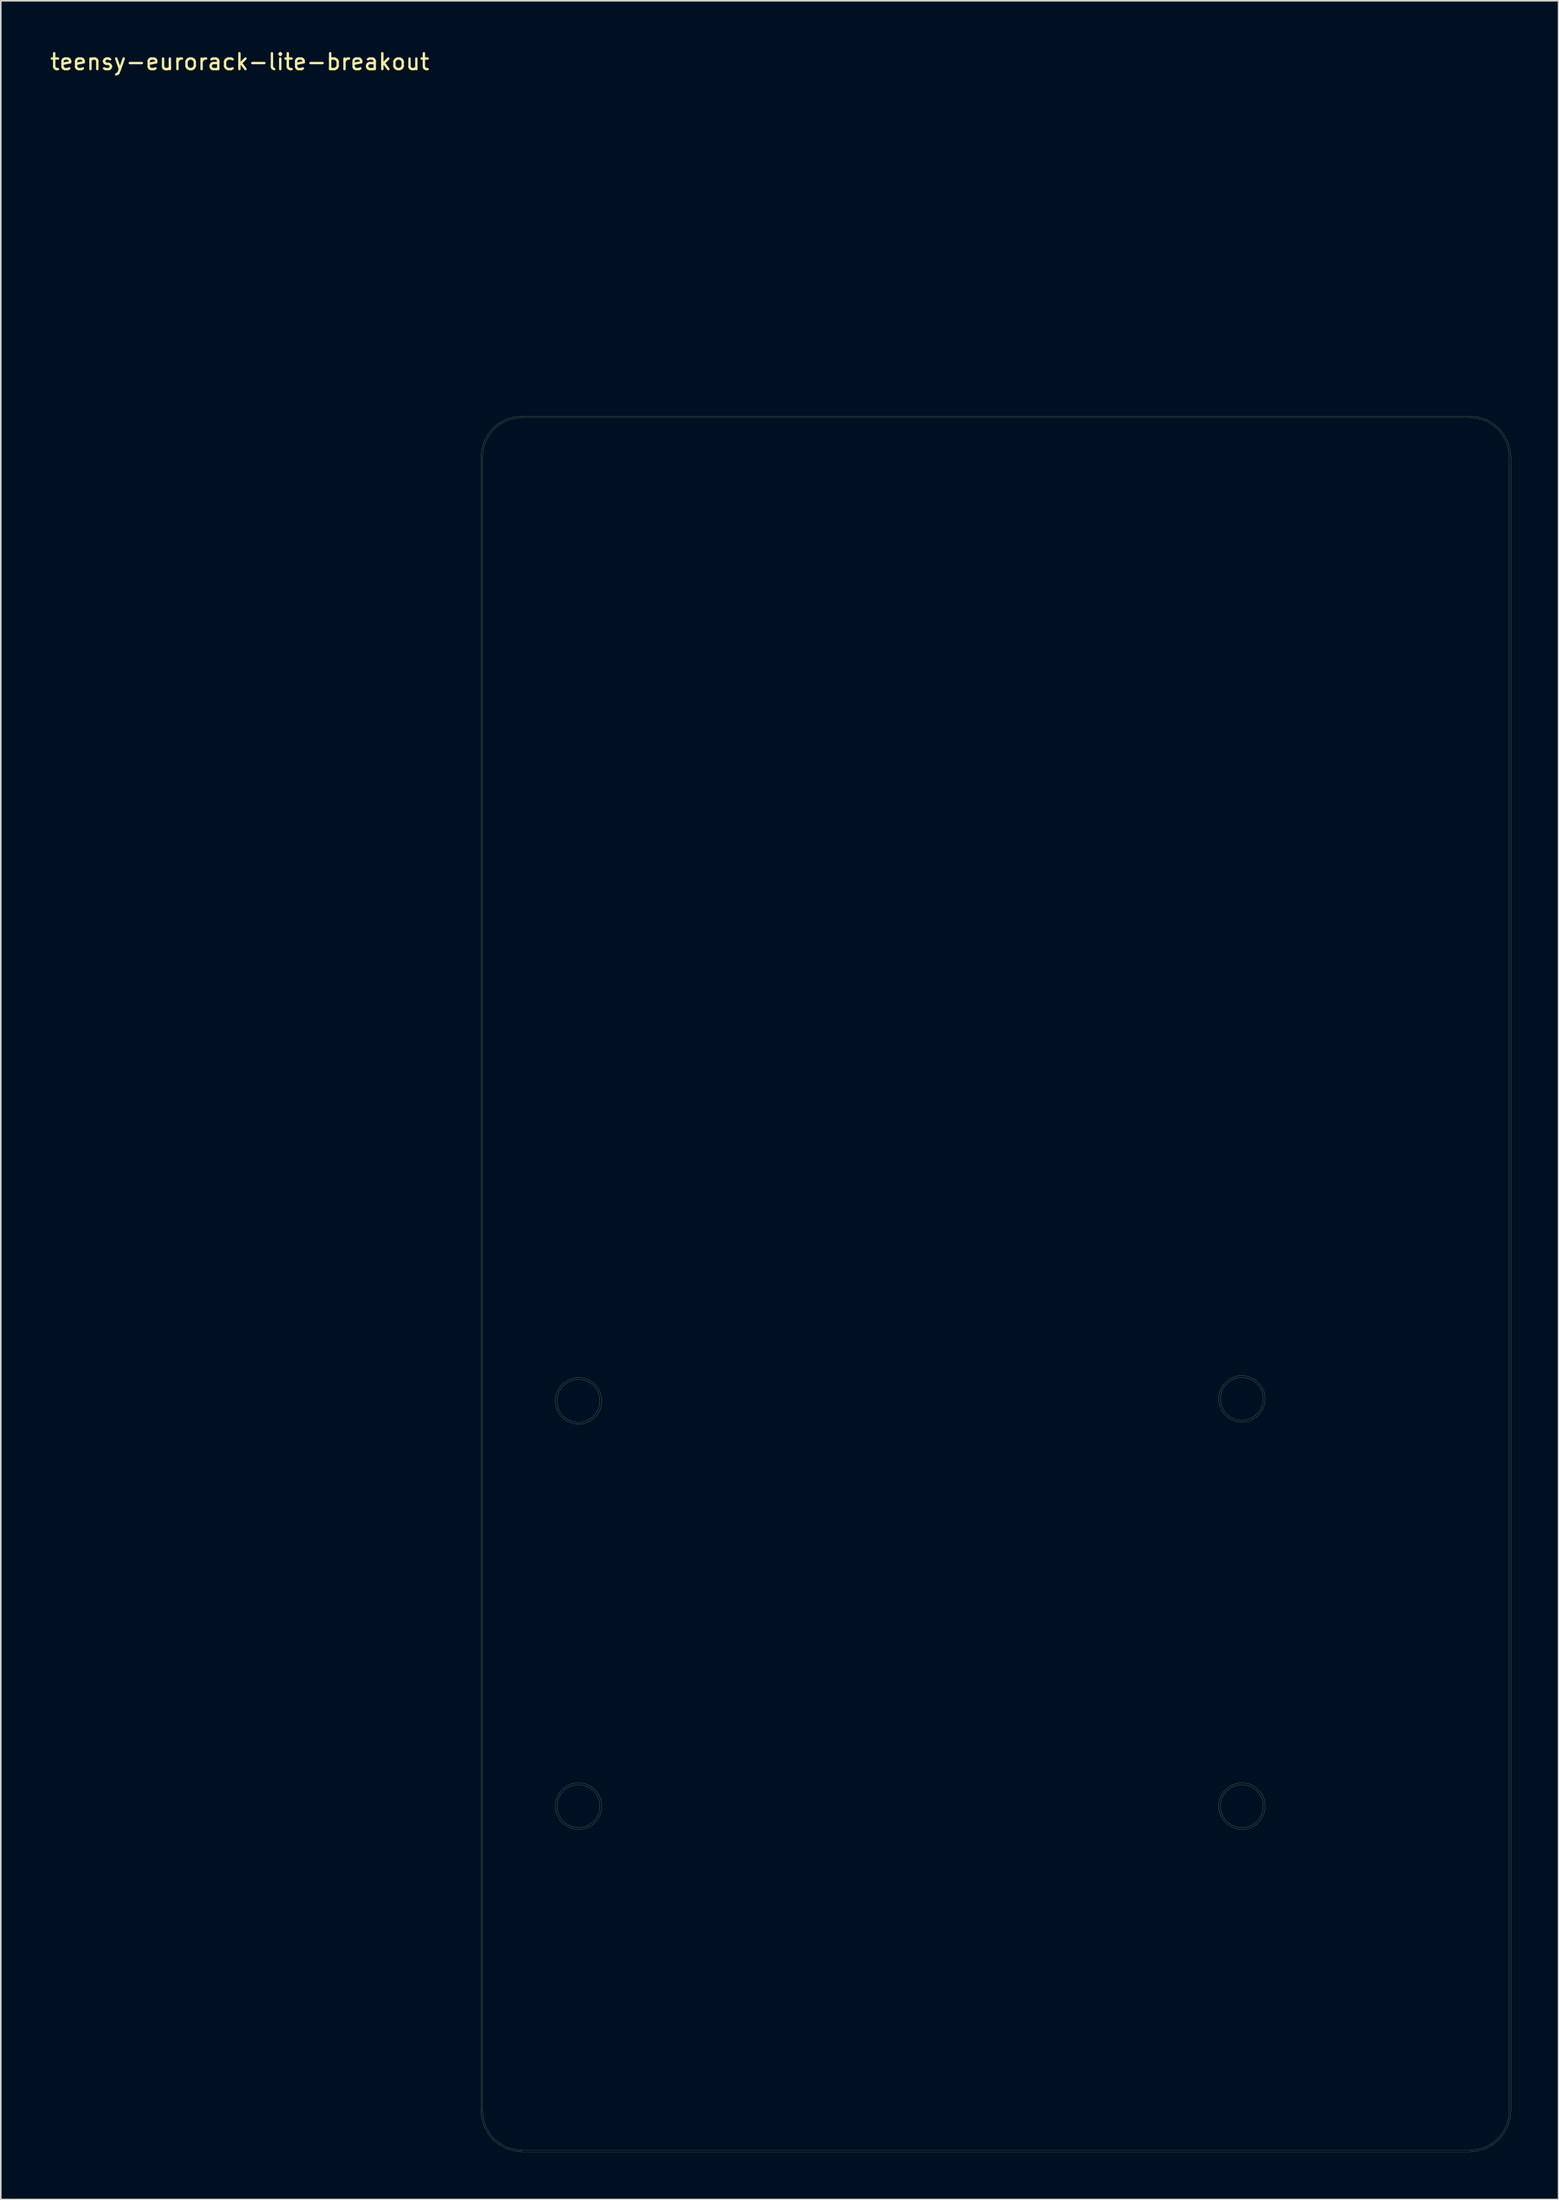
<source format=kicad_pcb>
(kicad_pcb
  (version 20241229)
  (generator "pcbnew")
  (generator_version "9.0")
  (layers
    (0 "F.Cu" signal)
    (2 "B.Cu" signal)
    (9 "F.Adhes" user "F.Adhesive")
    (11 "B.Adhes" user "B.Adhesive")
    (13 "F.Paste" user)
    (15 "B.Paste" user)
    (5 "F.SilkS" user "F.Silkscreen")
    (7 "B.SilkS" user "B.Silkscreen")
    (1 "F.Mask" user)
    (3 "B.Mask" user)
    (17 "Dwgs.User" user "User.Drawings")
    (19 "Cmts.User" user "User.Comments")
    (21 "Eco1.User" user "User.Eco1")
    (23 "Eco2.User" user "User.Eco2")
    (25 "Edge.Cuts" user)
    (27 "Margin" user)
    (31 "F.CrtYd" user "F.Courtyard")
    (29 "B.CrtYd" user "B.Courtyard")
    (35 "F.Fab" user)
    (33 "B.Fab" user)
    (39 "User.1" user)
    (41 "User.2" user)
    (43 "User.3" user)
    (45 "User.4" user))
  (footprint "teensy-eurorack-lite-breakout"
    (layer "F.Cu")
    (at 12.054 0.348)
    (property "Reference" "teensy-eurorack-lite-breakout" (at 0 0.5 0) (layer "F.SilkS") (effects (font (size 1 1) (thickness 0.15))))
    (attr through_hole)
    (fp_line (start 15.19 25.398) (end 15.19 25.395) (stroke (width 0.008) (type solid)) (layer "F.SilkS"))
    (fp_line (start 15.19 129.542) (end 15.19 25.398) (stroke (width 0.008) (type solid)) (layer "F.SilkS"))
    (fp_line (start 15.19 129.543) (end 15.19 129.542) (stroke (width 0.008) (type solid)) (layer "F.SilkS"))
    (fp_line (start 15.19 129.558) (end 15.19 129.543) (stroke (width 0.008) (type solid)) (layer "F.SilkS"))
    (fp_line (start 15.19 25.395) (end 15.19 25.395) (stroke (width 0.008) (type solid)) (layer "F.SilkS"))
    (fp_line (start 15.19 25.395) (end 15.239 24.902) (stroke (width 0.008) (type solid)) (layer "F.SilkS"))
    (fp_line (start 15.19 129.56) (end 15.19 129.558) (stroke (width 0.008) (type solid)) (layer "F.SilkS"))
    (fp_line (start 15.19 129.562) (end 15.19 129.56) (stroke (width 0.008) (type solid)) (layer "F.SilkS"))
    (fp_line (start 15.19 129.563) (end 15.19 129.562) (stroke (width 0.008) (type solid)) (layer "F.SilkS"))
    (fp_line (start 15.239 24.902) (end 15.239 24.902) (stroke (width 0.008) (type solid)) (layer "F.SilkS"))
    (fp_line (start 15.239 24.902) (end 15.239 24.902) (stroke (width 0.008) (type solid)) (layer "F.SilkS"))
    (fp_line (start 15.239 24.902) (end 15.239 24.901) (stroke (width 0.008) (type solid)) (layer "F.SilkS"))
    (fp_line (start 15.239 24.901) (end 15.24 24.897) (stroke (width 0.008) (type solid)) (layer "F.SilkS"))
    (fp_line (start 15.24 24.897) (end 15.241 24.892) (stroke (width 0.008) (type solid)) (layer "F.SilkS"))
    (fp_line (start 15.241 24.892) (end 15.384 24.418) (stroke (width 0.008) (type solid)) (layer "F.SilkS"))
    (fp_line (start 15.242 130.056) (end 15.19 129.563) (stroke (width 0.008) (type solid)) (layer "F.SilkS"))
    (fp_line (start 15.243 130.06) (end 15.242 130.056) (stroke (width 0.008) (type solid)) (layer "F.SilkS"))
    (fp_line (start 15.244 130.065) (end 15.243 130.06) (stroke (width 0.008) (type solid)) (layer "F.SilkS"))
    (fp_line (start 15.244 130.066) (end 15.244 130.065) (stroke (width 0.008) (type solid)) (layer "F.SilkS"))
    (fp_line (start 15.29 25.402) (end 15.29 129.54) (stroke (width 0.008) (type solid)) (layer "F.SilkS"))
    (fp_line (start 15.29 129.54) (end 15.29 129.555) (stroke (width 0.008) (type solid)) (layer "F.SilkS"))
    (fp_line (start 15.29 129.555) (end 15.341 130.041) (stroke (width 0.008) (type solid)) (layer "F.SilkS"))
    (fp_line (start 15.338 24.916) (end 15.29 25.402) (stroke (width 0.008) (type solid)) (layer "F.SilkS"))
    (fp_line (start 15.341 130.041) (end 15.485 130.505) (stroke (width 0.008) (type solid)) (layer "F.SilkS"))
    (fp_line (start 15.384 24.418) (end 15.384 24.417) (stroke (width 0.008) (type solid)) (layer "F.SilkS"))
    (fp_line (start 15.384 24.417) (end 15.386 24.413) (stroke (width 0.008) (type solid)) (layer "F.SilkS"))
    (fp_line (start 15.386 24.413) (end 15.387 24.409) (stroke (width 0.008) (type solid)) (layer "F.SilkS"))
    (fp_line (start 15.387 24.409) (end 15.62 23.971) (stroke (width 0.008) (type solid)) (layer "F.SilkS"))
    (fp_line (start 15.391 130.539) (end 15.244 130.066) (stroke (width 0.008) (type solid)) (layer "F.SilkS"))
    (fp_line (start 15.393 130.543) (end 15.391 130.539) (stroke (width 0.008) (type solid)) (layer "F.SilkS"))
    (fp_line (start 15.394 130.547) (end 15.393 130.543) (stroke (width 0.008) (type solid)) (layer "F.SilkS"))
    (fp_line (start 15.395 130.548) (end 15.394 130.547) (stroke (width 0.008) (type solid)) (layer "F.SilkS"))
    (fp_line (start 15.395 130.548) (end 15.395 130.548) (stroke (width 0.008) (type solid)) (layer "F.SilkS"))
    (fp_line (start 15.395 130.548) (end 15.395 130.548) (stroke (width 0.008) (type solid)) (layer "F.SilkS"))
    (fp_line (start 15.478 24.451) (end 15.338 24.916) (stroke (width 0.008) (type solid)) (layer "F.SilkS"))
    (fp_line (start 15.485 130.505) (end 15.716 130.932) (stroke (width 0.008) (type solid)) (layer "F.SilkS"))
    (fp_line (start 15.62 23.971) (end 15.62 23.971) (stroke (width 0.008) (type solid)) (layer "F.SilkS"))
    (fp_line (start 15.62 23.971) (end 15.62 23.971) (stroke (width 0.008) (type solid)) (layer "F.SilkS"))
    (fp_line (start 15.62 23.971) (end 15.621 23.97) (stroke (width 0.008) (type solid)) (layer "F.SilkS"))
    (fp_line (start 15.621 23.97) (end 15.623 23.967) (stroke (width 0.008) (type solid)) (layer "F.SilkS"))
    (fp_line (start 15.623 23.967) (end 15.626 23.963) (stroke (width 0.008) (type solid)) (layer "F.SilkS"))
    (fp_line (start 15.626 23.963) (end 15.939 23.579) (stroke (width 0.008) (type solid)) (layer "F.SilkS"))
    (fp_line (start 15.63 130.984) (end 15.395 130.548) (stroke (width 0.008) (type solid)) (layer "F.SilkS"))
    (fp_line (start 15.633 130.988) (end 15.63 130.984) (stroke (width 0.008) (type solid)) (layer "F.SilkS"))
    (fp_line (start 15.635 130.992) (end 15.633 130.988) (stroke (width 0.008) (type solid)) (layer "F.SilkS"))
    (fp_line (start 15.636 130.992) (end 15.635 130.992) (stroke (width 0.008) (type solid)) (layer "F.SilkS"))
    (fp_line (start 15.636 130.992) (end 15.636 130.992) (stroke (width 0.008) (type solid)) (layer "F.SilkS"))
    (fp_line (start 15.636 130.992) (end 15.636 130.992) (stroke (width 0.008) (type solid)) (layer "F.SilkS"))
    (fp_line (start 15.706 24.022) (end 15.478 24.451) (stroke (width 0.008) (type solid)) (layer "F.SilkS"))
    (fp_line (start 15.716 130.932) (end 16.026 131.307) (stroke (width 0.008) (type solid)) (layer "F.SilkS"))
    (fp_line (start 15.939 23.579) (end 15.939 23.579) (stroke (width 0.008) (type solid)) (layer "F.SilkS"))
    (fp_line (start 15.939 23.579) (end 15.939 23.579) (stroke (width 0.008) (type solid)) (layer "F.SilkS"))
    (fp_line (start 15.939 23.579) (end 15.939 23.578) (stroke (width 0.008) (type solid)) (layer "F.SilkS"))
    (fp_line (start 15.939 23.578) (end 15.943 23.575) (stroke (width 0.008) (type solid)) (layer "F.SilkS"))
    (fp_line (start 15.943 23.575) (end 15.946 23.572) (stroke (width 0.008) (type solid)) (layer "F.SilkS"))
    (fp_line (start 15.946 23.572) (end 16.328 23.256) (stroke (width 0.008) (type solid)) (layer "F.SilkS"))
    (fp_line (start 15.952 131.374) (end 15.636 130.992) (stroke (width 0.008) (type solid)) (layer "F.SilkS"))
    (fp_line (start 15.955 131.377) (end 15.952 131.374) (stroke (width 0.008) (type solid)) (layer "F.SilkS"))
    (fp_line (start 15.958 131.381) (end 15.955 131.377) (stroke (width 0.008) (type solid)) (layer "F.SilkS"))
    (fp_line (start 15.959 131.381) (end 15.958 131.381) (stroke (width 0.008) (type solid)) (layer "F.SilkS"))
    (fp_line (start 15.959 131.381) (end 15.959 131.381) (stroke (width 0.008) (type solid)) (layer "F.SilkS"))
    (fp_line (start 15.959 131.381) (end 15.959 131.381) (stroke (width 0.008) (type solid)) (layer "F.SilkS"))
    (fp_line (start 16.013 23.646) (end 15.706 24.022) (stroke (width 0.008) (type solid)) (layer "F.SilkS"))
    (fp_line (start 16.026 131.307) (end 16.402 131.614) (stroke (width 0.008) (type solid)) (layer "F.SilkS"))
    (fp_line (start 16.328 23.256) (end 16.328 23.256) (stroke (width 0.008) (type solid)) (layer "F.SilkS"))
    (fp_line (start 16.328 23.256) (end 16.328 23.256) (stroke (width 0.008) (type solid)) (layer "F.SilkS"))
    (fp_line (start 16.328 23.256) (end 16.328 23.255) (stroke (width 0.008) (type solid)) (layer "F.SilkS"))
    (fp_line (start 16.328 23.255) (end 16.332 23.253) (stroke (width 0.008) (type solid)) (layer "F.SilkS"))
    (fp_line (start 16.332 23.253) (end 16.336 23.25) (stroke (width 0.008) (type solid)) (layer "F.SilkS"))
    (fp_line (start 16.336 23.25) (end 16.772 23.015) (stroke (width 0.008) (type solid)) (layer "F.SilkS"))
    (fp_line (start 16.343 131.694) (end 15.959 131.381) (stroke (width 0.008) (type solid)) (layer "F.SilkS"))
    (fp_line (start 16.346 131.697) (end 16.343 131.694) (stroke (width 0.008) (type solid)) (layer "F.SilkS"))
    (fp_line (start 16.35 131.699) (end 16.346 131.697) (stroke (width 0.008) (type solid)) (layer "F.SilkS"))
    (fp_line (start 16.351 131.7) (end 16.35 131.699) (stroke (width 0.008) (type solid)) (layer "F.SilkS"))
    (fp_line (start 16.351 131.7) (end 16.351 131.7) (stroke (width 0.008) (type solid)) (layer "F.SilkS"))
    (fp_line (start 16.388 23.336) (end 16.013 23.646) (stroke (width 0.008) (type solid)) (layer "F.SilkS"))
    (fp_line (start 16.402 131.614) (end 16.831 131.842) (stroke (width 0.008) (type solid)) (layer "F.SilkS"))
    (fp_line (start 16.772 23.015) (end 16.772 23.015) (stroke (width 0.008) (type solid)) (layer "F.SilkS"))
    (fp_line (start 16.772 23.015) (end 16.772 23.015) (stroke (width 0.008) (type solid)) (layer "F.SilkS"))
    (fp_line (start 16.772 23.015) (end 16.773 23.014) (stroke (width 0.008) (type solid)) (layer "F.SilkS"))
    (fp_line (start 16.773 23.014) (end 16.777 23.012) (stroke (width 0.008) (type solid)) (layer "F.SilkS"))
    (fp_line (start 16.777 23.012) (end 16.781 23.011) (stroke (width 0.008) (type solid)) (layer "F.SilkS"))
    (fp_line (start 16.781 23.011) (end 17.255 22.864) (stroke (width 0.008) (type solid)) (layer "F.SilkS"))
    (fp_line (start 16.789 131.932) (end 16.351 131.7) (stroke (width 0.008) (type solid)) (layer "F.SilkS"))
    (fp_line (start 16.793 131.934) (end 16.789 131.932) (stroke (width 0.008) (type solid)) (layer "F.SilkS"))
    (fp_line (start 16.797 131.936) (end 16.793 131.934) (stroke (width 0.008) (type solid)) (layer "F.SilkS"))
    (fp_line (start 16.798 131.936) (end 16.797 131.936) (stroke (width 0.008) (type solid)) (layer "F.SilkS"))
    (fp_line (start 16.815 23.105) (end 16.388 23.336) (stroke (width 0.008) (type solid)) (layer "F.SilkS"))
    (fp_line (start 16.831 131.842) (end 17.296 131.982) (stroke (width 0.008) (type solid)) (layer "F.SilkS"))
    (fp_line (start 17.255 22.864) (end 17.255 22.864) (stroke (width 0.008) (type solid)) (layer "F.SilkS"))
    (fp_line (start 17.255 22.864) (end 17.255 22.864) (stroke (width 0.008) (type solid)) (layer "F.SilkS"))
    (fp_line (start 17.255 22.864) (end 17.26 22.863) (stroke (width 0.008) (type solid)) (layer "F.SilkS"))
    (fp_line (start 17.26 22.863) (end 17.264 22.862) (stroke (width 0.008) (type solid)) (layer "F.SilkS"))
    (fp_line (start 17.264 22.862) (end 17.757 22.81) (stroke (width 0.008) (type solid)) (layer "F.SilkS"))
    (fp_line (start 17.272 132.079) (end 16.798 131.936) (stroke (width 0.008) (type solid)) (layer "F.SilkS"))
    (fp_line (start 17.277 132.08) (end 17.272 132.079) (stroke (width 0.008) (type solid)) (layer "F.SilkS"))
    (fp_line (start 17.279 22.961) (end 16.815 23.105) (stroke (width 0.008) (type solid)) (layer "F.SilkS"))
    (fp_line (start 17.281 132.081) (end 17.277 132.08) (stroke (width 0.008) (type solid)) (layer "F.SilkS"))
    (fp_line (start 17.282 132.081) (end 17.281 132.081) (stroke (width 0.008) (type solid)) (layer "F.SilkS"))
    (fp_line (start 17.282 132.081) (end 17.282 132.081) (stroke (width 0.008) (type solid)) (layer "F.SilkS"))
    (fp_line (start 17.282 132.081) (end 17.282 132.081) (stroke (width 0.008) (type solid)) (layer "F.SilkS"))
    (fp_line (start 17.296 131.982) (end 17.782 132.03) (stroke (width 0.008) (type solid)) (layer "F.SilkS"))
    (fp_line (start 17.757 22.81) (end 17.758 22.81) (stroke (width 0.008) (type solid)) (layer "F.SilkS"))
    (fp_line (start 17.758 22.81) (end 17.76 22.81) (stroke (width 0.008) (type solid)) (layer "F.SilkS"))
    (fp_line (start 17.76 22.81) (end 17.762 22.81) (stroke (width 0.008) (type solid)) (layer "F.SilkS"))
    (fp_line (start 17.762 22.81) (end 17.777 22.81) (stroke (width 0.008) (type solid)) (layer "F.SilkS"))
    (fp_line (start 17.765 22.91) (end 17.279 22.961) (stroke (width 0.008) (type solid)) (layer "F.SilkS"))
    (fp_line (start 17.775 132.13) (end 17.282 132.081) (stroke (width 0.008) (type solid)) (layer "F.SilkS"))
    (fp_line (start 17.775 132.13) (end 17.775 132.13) (stroke (width 0.008) (type solid)) (layer "F.SilkS"))
    (fp_line (start 17.777 22.81) (end 17.778 22.81) (stroke (width 0.008) (type solid)) (layer "F.SilkS"))
    (fp_line (start 17.778 22.81) (end 77.472 22.81) (stroke (width 0.008) (type solid)) (layer "F.SilkS"))
    (fp_line (start 17.778 132.13) (end 17.775 132.13) (stroke (width 0.008) (type solid)) (layer "F.SilkS"))
    (fp_line (start 17.78 22.91) (end 17.765 22.91) (stroke (width 0.008) (type solid)) (layer "F.SilkS"))
    (fp_line (start 17.782 132.03) (end 77.47 132.03) (stroke (width 0.008) (type solid)) (layer "F.SilkS"))
    (fp_line (start 19.87 84.692) (end 19.926 84.409) (stroke (width 0.008) (type solid)) (layer "F.SilkS"))
    (fp_line (start 19.87 84.98) (end 19.87 84.692) (stroke (width 0.008) (type solid)) (layer "F.SilkS"))
    (fp_line (start 19.87 110.219) (end 19.926 109.936) (stroke (width 0.008) (type solid)) (layer "F.SilkS"))
    (fp_line (start 19.87 110.507) (end 19.87 110.219) (stroke (width 0.008) (type solid)) (layer "F.SilkS"))
    (fp_line (start 19.926 84.409) (end 20.037 84.143) (stroke (width 0.008) (type solid)) (layer "F.SilkS"))
    (fp_line (start 19.926 85.263) (end 19.87 84.98) (stroke (width 0.008) (type solid)) (layer "F.SilkS"))
    (fp_line (start 19.926 109.936) (end 20.037 109.67) (stroke (width 0.008) (type solid)) (layer "F.SilkS"))
    (fp_line (start 19.926 110.79) (end 19.87 110.507) (stroke (width 0.008) (type solid)) (layer "F.SilkS"))
    (fp_line (start 19.989 84.704) (end 19.989 84.968) (stroke (width 0.008) (type solid)) (layer "F.SilkS"))
    (fp_line (start 19.989 84.968) (end 20.041 85.228) (stroke (width 0.008) (type solid)) (layer "F.SilkS"))
    (fp_line (start 19.989 110.231) (end 19.989 110.495) (stroke (width 0.008) (type solid)) (layer "F.SilkS"))
    (fp_line (start 19.989 110.495) (end 20.041 110.755) (stroke (width 0.008) (type solid)) (layer "F.SilkS"))
    (fp_line (start 20.037 84.143) (end 20.197 83.903) (stroke (width 0.008) (type solid)) (layer "F.SilkS"))
    (fp_line (start 20.037 85.529) (end 19.926 85.263) (stroke (width 0.008) (type solid)) (layer "F.SilkS"))
    (fp_line (start 20.037 109.67) (end 20.197 109.43) (stroke (width 0.008) (type solid)) (layer "F.SilkS"))
    (fp_line (start 20.037 111.056) (end 19.926 110.79) (stroke (width 0.008) (type solid)) (layer "F.SilkS"))
    (fp_line (start 20.041 84.444) (end 19.989 84.704) (stroke (width 0.008) (type solid)) (layer "F.SilkS"))
    (fp_line (start 20.041 85.228) (end 20.142 85.472) (stroke (width 0.008) (type solid)) (layer "F.SilkS"))
    (fp_line (start 20.041 109.971) (end 19.989 110.231) (stroke (width 0.008) (type solid)) (layer "F.SilkS"))
    (fp_line (start 20.041 110.755) (end 20.142 110.999) (stroke (width 0.008) (type solid)) (layer "F.SilkS"))
    (fp_line (start 20.142 84.2) (end 20.041 84.444) (stroke (width 0.008) (type solid)) (layer "F.SilkS"))
    (fp_line (start 20.142 85.472) (end 20.289 85.692) (stroke (width 0.008) (type solid)) (layer "F.SilkS"))
    (fp_line (start 20.142 109.727) (end 20.041 109.971) (stroke (width 0.008) (type solid)) (layer "F.SilkS"))
    (fp_line (start 20.142 110.999) (end 20.289 111.219) (stroke (width 0.008) (type solid)) (layer "F.SilkS"))
    (fp_line (start 20.197 83.903) (end 20.4 83.7) (stroke (width 0.008) (type solid)) (layer "F.SilkS"))
    (fp_line (start 20.197 85.769) (end 20.037 85.529) (stroke (width 0.008) (type solid)) (layer "F.SilkS"))
    (fp_line (start 20.197 109.43) (end 20.4 109.227) (stroke (width 0.008) (type solid)) (layer "F.SilkS"))
    (fp_line (start 20.197 111.296) (end 20.037 111.056) (stroke (width 0.008) (type solid)) (layer "F.SilkS"))
    (fp_line (start 20.289 83.98) (end 20.142 84.2) (stroke (width 0.008) (type solid)) (layer "F.SilkS"))
    (fp_line (start 20.289 85.692) (end 20.477 85.88) (stroke (width 0.008) (type solid)) (layer "F.SilkS"))
    (fp_line (start 20.289 109.507) (end 20.142 109.727) (stroke (width 0.008) (type solid)) (layer "F.SilkS"))
    (fp_line (start 20.289 111.219) (end 20.477 111.407) (stroke (width 0.008) (type solid)) (layer "F.SilkS"))
    (fp_line (start 20.4 83.7) (end 20.64 83.54) (stroke (width 0.008) (type solid)) (layer "F.SilkS"))
    (fp_line (start 20.4 85.972) (end 20.197 85.769) (stroke (width 0.008) (type solid)) (layer "F.SilkS"))
    (fp_line (start 20.4 109.227) (end 20.64 109.067) (stroke (width 0.008) (type solid)) (layer "F.SilkS"))
    (fp_line (start 20.4 111.499) (end 20.197 111.296) (stroke (width 0.008) (type solid)) (layer "F.SilkS"))
    (fp_line (start 20.477 83.792) (end 20.289 83.98) (stroke (width 0.008) (type solid)) (layer "F.SilkS"))
    (fp_line (start 20.477 85.88) (end 20.697 86.027) (stroke (width 0.008) (type solid)) (layer "F.SilkS"))
    (fp_line (start 20.477 109.319) (end 20.289 109.507) (stroke (width 0.008) (type solid)) (layer "F.SilkS"))
    (fp_line (start 20.477 111.407) (end 20.697 111.554) (stroke (width 0.008) (type solid)) (layer "F.SilkS"))
    (fp_line (start 20.64 83.54) (end 20.906 83.429) (stroke (width 0.008) (type solid)) (layer "F.SilkS"))
    (fp_line (start 20.64 86.132) (end 20.4 85.972) (stroke (width 0.008) (type solid)) (layer "F.SilkS"))
    (fp_line (start 20.64 109.067) (end 20.906 108.956) (stroke (width 0.008) (type solid)) (layer "F.SilkS"))
    (fp_line (start 20.64 111.659) (end 20.4 111.499) (stroke (width 0.008) (type solid)) (layer "F.SilkS"))
    (fp_line (start 20.697 83.645) (end 20.477 83.792) (stroke (width 0.008) (type solid)) (layer "F.SilkS"))
    (fp_line (start 20.697 86.027) (end 20.941 86.128) (stroke (width 0.008) (type solid)) (layer "F.SilkS"))
    (fp_line (start 20.697 109.172) (end 20.477 109.319) (stroke (width 0.008) (type solid)) (layer "F.SilkS"))
    (fp_line (start 20.697 111.554) (end 20.941 111.655) (stroke (width 0.008) (type solid)) (layer "F.SilkS"))
    (fp_line (start 20.906 83.429) (end 21.189 83.373) (stroke (width 0.008) (type solid)) (layer "F.SilkS"))
    (fp_line (start 20.906 86.243) (end 20.64 86.132) (stroke (width 0.008) (type solid)) (layer "F.SilkS"))
    (fp_line (start 20.906 108.956) (end 21.189 108.9) (stroke (width 0.008) (type solid)) (layer "F.SilkS"))
    (fp_line (start 20.906 111.77) (end 20.64 111.659) (stroke (width 0.008) (type solid)) (layer "F.SilkS"))
    (fp_line (start 20.941 83.544) (end 20.697 83.645) (stroke (width 0.008) (type solid)) (layer "F.SilkS"))
    (fp_line (start 20.941 86.128) (end 21.201 86.18) (stroke (width 0.008) (type solid)) (layer "F.SilkS"))
    (fp_line (start 20.941 109.071) (end 20.697 109.172) (stroke (width 0.008) (type solid)) (layer "F.SilkS"))
    (fp_line (start 20.941 111.655) (end 21.201 111.706) (stroke (width 0.008) (type solid)) (layer "F.SilkS"))
    (fp_line (start 21.189 83.373) (end 21.477 83.373) (stroke (width 0.008) (type solid)) (layer "F.SilkS"))
    (fp_line (start 21.189 86.299) (end 20.906 86.243) (stroke (width 0.008) (type solid)) (layer "F.SilkS"))
    (fp_line (start 21.189 108.9) (end 21.477 108.9) (stroke (width 0.008) (type solid)) (layer "F.SilkS"))
    (fp_line (start 21.189 111.826) (end 20.906 111.77) (stroke (width 0.008) (type solid)) (layer "F.SilkS"))
    (fp_line (start 21.201 83.493) (end 20.941 83.544) (stroke (width 0.008) (type solid)) (layer "F.SilkS"))
    (fp_line (start 21.201 86.18) (end 21.465 86.18) (stroke (width 0.008) (type solid)) (layer "F.SilkS"))
    (fp_line (start 21.201 109.02) (end 20.941 109.071) (stroke (width 0.008) (type solid)) (layer "F.SilkS"))
    (fp_line (start 21.201 111.706) (end 21.465 111.706) (stroke (width 0.008) (type solid)) (layer "F.SilkS"))
    (fp_line (start 21.465 83.493) (end 21.201 83.493) (stroke (width 0.008) (type solid)) (layer "F.SilkS"))
    (fp_line (start 21.465 86.18) (end 21.725 86.128) (stroke (width 0.008) (type solid)) (layer "F.SilkS"))
    (fp_line (start 21.465 109.02) (end 21.201 109.02) (stroke (width 0.008) (type solid)) (layer "F.SilkS"))
    (fp_line (start 21.465 111.706) (end 21.725 111.655) (stroke (width 0.008) (type solid)) (layer "F.SilkS"))
    (fp_line (start 21.477 83.373) (end 21.76 83.429) (stroke (width 0.008) (type solid)) (layer "F.SilkS"))
    (fp_line (start 21.477 86.299) (end 21.189 86.299) (stroke (width 0.008) (type solid)) (layer "F.SilkS"))
    (fp_line (start 21.477 108.9) (end 21.76 108.956) (stroke (width 0.008) (type solid)) (layer "F.SilkS"))
    (fp_line (start 21.477 111.826) (end 21.189 111.826) (stroke (width 0.008) (type solid)) (layer "F.SilkS"))
    (fp_line (start 21.725 83.544) (end 21.465 83.493) (stroke (width 0.008) (type solid)) (layer "F.SilkS"))
    (fp_line (start 21.725 86.128) (end 21.969 86.027) (stroke (width 0.008) (type solid)) (layer "F.SilkS"))
    (fp_line (start 21.725 109.071) (end 21.465 109.02) (stroke (width 0.008) (type solid)) (layer "F.SilkS"))
    (fp_line (start 21.725 111.655) (end 21.969 111.554) (stroke (width 0.008) (type solid)) (layer "F.SilkS"))
    (fp_line (start 21.76 83.429) (end 22.026 83.54) (stroke (width 0.008) (type solid)) (layer "F.SilkS"))
    (fp_line (start 21.76 86.243) (end 21.477 86.299) (stroke (width 0.008) (type solid)) (layer "F.SilkS"))
    (fp_line (start 21.76 108.956) (end 22.026 109.067) (stroke (width 0.008) (type solid)) (layer "F.SilkS"))
    (fp_line (start 21.76 111.77) (end 21.477 111.826) (stroke (width 0.008) (type solid)) (layer "F.SilkS"))
    (fp_line (start 21.969 83.645) (end 21.725 83.544) (stroke (width 0.008) (type solid)) (layer "F.SilkS"))
    (fp_line (start 21.969 86.027) (end 22.189 85.88) (stroke (width 0.008) (type solid)) (layer "F.SilkS"))
    (fp_line (start 21.969 109.172) (end 21.725 109.071) (stroke (width 0.008) (type solid)) (layer "F.SilkS"))
    (fp_line (start 21.969 111.554) (end 22.189 111.407) (stroke (width 0.008) (type solid)) (layer "F.SilkS"))
    (fp_line (start 22.026 83.54) (end 22.266 83.7) (stroke (width 0.008) (type solid)) (layer "F.SilkS"))
    (fp_line (start 22.026 86.132) (end 21.76 86.243) (stroke (width 0.008) (type solid)) (layer "F.SilkS"))
    (fp_line (start 22.026 109.067) (end 22.266 109.227) (stroke (width 0.008) (type solid)) (layer "F.SilkS"))
    (fp_line (start 22.026 111.659) (end 21.76 111.77) (stroke (width 0.008) (type solid)) (layer "F.SilkS"))
    (fp_line (start 22.189 83.792) (end 21.969 83.645) (stroke (width 0.008) (type solid)) (layer "F.SilkS"))
    (fp_line (start 22.189 85.88) (end 22.377 85.692) (stroke (width 0.008) (type solid)) (layer "F.SilkS"))
    (fp_line (start 22.189 109.319) (end 21.969 109.172) (stroke (width 0.008) (type solid)) (layer "F.SilkS"))
    (fp_line (start 22.189 111.407) (end 22.377 111.219) (stroke (width 0.008) (type solid)) (layer "F.SilkS"))
    (fp_line (start 22.266 83.7) (end 22.469 83.903) (stroke (width 0.008) (type solid)) (layer "F.SilkS"))
    (fp_line (start 22.266 85.972) (end 22.026 86.132) (stroke (width 0.008) (type solid)) (layer "F.SilkS"))
    (fp_line (start 22.266 109.227) (end 22.469 109.43) (stroke (width 0.008) (type solid)) (layer "F.SilkS"))
    (fp_line (start 22.266 111.499) (end 22.026 111.659) (stroke (width 0.008) (type solid)) (layer "F.SilkS"))
    (fp_line (start 22.377 83.98) (end 22.189 83.792) (stroke (width 0.008) (type solid)) (layer "F.SilkS"))
    (fp_line (start 22.377 85.692) (end 22.524 85.472) (stroke (width 0.008) (type solid)) (layer "F.SilkS"))
    (fp_line (start 22.377 109.507) (end 22.189 109.319) (stroke (width 0.008) (type solid)) (layer "F.SilkS"))
    (fp_line (start 22.377 111.219) (end 22.524 110.999) (stroke (width 0.008) (type solid)) (layer "F.SilkS"))
    (fp_line (start 22.469 83.903) (end 22.629 84.143) (stroke (width 0.008) (type solid)) (layer "F.SilkS"))
    (fp_line (start 22.469 85.769) (end 22.266 85.972) (stroke (width 0.008) (type solid)) (layer "F.SilkS"))
    (fp_line (start 22.469 109.43) (end 22.629 109.67) (stroke (width 0.008) (type solid)) (layer "F.SilkS"))
    (fp_line (start 22.469 111.296) (end 22.266 111.499) (stroke (width 0.008) (type solid)) (layer "F.SilkS"))
    (fp_line (start 22.524 84.2) (end 22.377 83.98) (stroke (width 0.008) (type solid)) (layer "F.SilkS"))
    (fp_line (start 22.524 85.472) (end 22.625 85.228) (stroke (width 0.008) (type solid)) (layer "F.SilkS"))
    (fp_line (start 22.524 109.727) (end 22.377 109.507) (stroke (width 0.008) (type solid)) (layer "F.SilkS"))
    (fp_line (start 22.524 110.999) (end 22.625 110.755) (stroke (width 0.008) (type solid)) (layer "F.SilkS"))
    (fp_line (start 22.625 84.444) (end 22.524 84.2) (stroke (width 0.008) (type solid)) (layer "F.SilkS"))
    (fp_line (start 22.625 85.228) (end 22.677 84.968) (stroke (width 0.008) (type solid)) (layer "F.SilkS"))
    (fp_line (start 22.625 109.971) (end 22.524 109.727) (stroke (width 0.008) (type solid)) (layer "F.SilkS"))
    (fp_line (start 22.625 110.755) (end 22.677 110.495) (stroke (width 0.008) (type solid)) (layer "F.SilkS"))
    (fp_line (start 22.629 84.143) (end 22.74 84.409) (stroke (width 0.008) (type solid)) (layer "F.SilkS"))
    (fp_line (start 22.629 85.529) (end 22.469 85.769) (stroke (width 0.008) (type solid)) (layer "F.SilkS"))
    (fp_line (start 22.629 109.67) (end 22.74 109.936) (stroke (width 0.008) (type solid)) (layer "F.SilkS"))
    (fp_line (start 22.629 111.056) (end 22.469 111.296) (stroke (width 0.008) (type solid)) (layer "F.SilkS"))
    (fp_line (start 22.677 84.704) (end 22.625 84.444) (stroke (width 0.008) (type solid)) (layer "F.SilkS"))
    (fp_line (start 22.677 84.968) (end 22.677 84.704) (stroke (width 0.008) (type solid)) (layer "F.SilkS"))
    (fp_line (start 22.677 110.231) (end 22.625 109.971) (stroke (width 0.008) (type solid)) (layer "F.SilkS"))
    (fp_line (start 22.677 110.495) (end 22.677 110.231) (stroke (width 0.008) (type solid)) (layer "F.SilkS"))
    (fp_line (start 22.74 84.409) (end 22.796 84.692) (stroke (width 0.008) (type solid)) (layer "F.SilkS"))
    (fp_line (start 22.74 85.263) (end 22.629 85.529) (stroke (width 0.008) (type solid)) (layer "F.SilkS"))
    (fp_line (start 22.74 109.936) (end 22.796 110.219) (stroke (width 0.008) (type solid)) (layer "F.SilkS"))
    (fp_line (start 22.74 110.79) (end 22.629 111.056) (stroke (width 0.008) (type solid)) (layer "F.SilkS"))
    (fp_line (start 22.796 84.692) (end 22.796 84.98) (stroke (width 0.008) (type solid)) (layer "F.SilkS"))
    (fp_line (start 22.796 84.98) (end 22.74 85.263) (stroke (width 0.008) (type solid)) (layer "F.SilkS"))
    (fp_line (start 22.796 110.219) (end 22.796 110.507) (stroke (width 0.008) (type solid)) (layer "F.SilkS"))
    (fp_line (start 22.796 110.507) (end 22.74 110.79) (stroke (width 0.008) (type solid)) (layer "F.SilkS"))
    (fp_line (start 61.656 84.565) (end 61.712 84.282) (stroke (width 0.008) (type solid)) (layer "F.SilkS"))
    (fp_line (start 61.656 84.853) (end 61.656 84.565) (stroke (width 0.008) (type solid)) (layer "F.SilkS"))
    (fp_line (start 61.656 110.219) (end 61.712 109.936) (stroke (width 0.008) (type solid)) (layer "F.SilkS"))
    (fp_line (start 61.656 110.507) (end 61.656 110.219) (stroke (width 0.008) (type solid)) (layer "F.SilkS"))
    (fp_line (start 61.712 84.282) (end 61.823 84.016) (stroke (width 0.008) (type solid)) (layer "F.SilkS"))
    (fp_line (start 61.712 85.136) (end 61.656 84.853) (stroke (width 0.008) (type solid)) (layer "F.SilkS"))
    (fp_line (start 61.712 109.936) (end 61.823 109.67) (stroke (width 0.008) (type solid)) (layer "F.SilkS"))
    (fp_line (start 61.712 110.79) (end 61.656 110.507) (stroke (width 0.008) (type solid)) (layer "F.SilkS"))
    (fp_line (start 61.776 84.577) (end 61.776 84.841) (stroke (width 0.008) (type solid)) (layer "F.SilkS"))
    (fp_line (start 61.776 84.841) (end 61.827 85.101) (stroke (width 0.008) (type solid)) (layer "F.SilkS"))
    (fp_line (start 61.776 110.231) (end 61.776 110.495) (stroke (width 0.008) (type solid)) (layer "F.SilkS"))
    (fp_line (start 61.776 110.495) (end 61.827 110.755) (stroke (width 0.008) (type solid)) (layer "F.SilkS"))
    (fp_line (start 61.823 84.016) (end 61.983 83.776) (stroke (width 0.008) (type solid)) (layer "F.SilkS"))
    (fp_line (start 61.823 85.402) (end 61.712 85.136) (stroke (width 0.008) (type solid)) (layer "F.SilkS"))
    (fp_line (start 61.823 109.67) (end 61.983 109.43) (stroke (width 0.008) (type solid)) (layer "F.SilkS"))
    (fp_line (start 61.823 111.056) (end 61.712 110.79) (stroke (width 0.008) (type solid)) (layer "F.SilkS"))
    (fp_line (start 61.827 84.317) (end 61.776 84.577) (stroke (width 0.008) (type solid)) (layer "F.SilkS"))
    (fp_line (start 61.827 85.101) (end 61.928 85.345) (stroke (width 0.008) (type solid)) (layer "F.SilkS"))
    (fp_line (start 61.827 109.971) (end 61.776 110.231) (stroke (width 0.008) (type solid)) (layer "F.SilkS"))
    (fp_line (start 61.827 110.755) (end 61.928 110.999) (stroke (width 0.008) (type solid)) (layer "F.SilkS"))
    (fp_line (start 61.928 84.073) (end 61.827 84.317) (stroke (width 0.008) (type solid)) (layer "F.SilkS"))
    (fp_line (start 61.928 85.345) (end 62.075 85.565) (stroke (width 0.008) (type solid)) (layer "F.SilkS"))
    (fp_line (start 61.928 109.727) (end 61.827 109.971) (stroke (width 0.008) (type solid)) (layer "F.SilkS"))
    (fp_line (start 61.928 110.999) (end 62.075 111.219) (stroke (width 0.008) (type solid)) (layer "F.SilkS"))
    (fp_line (start 61.983 83.776) (end 62.186 83.573) (stroke (width 0.008) (type solid)) (layer "F.SilkS"))
    (fp_line (start 61.983 85.642) (end 61.823 85.402) (stroke (width 0.008) (type solid)) (layer "F.SilkS"))
    (fp_line (start 61.983 109.43) (end 62.186 109.227) (stroke (width 0.008) (type solid)) (layer "F.SilkS"))
    (fp_line (start 61.983 111.296) (end 61.823 111.056) (stroke (width 0.008) (type solid)) (layer "F.SilkS"))
    (fp_line (start 62.075 83.853) (end 61.928 84.073) (stroke (width 0.008) (type solid)) (layer "F.SilkS"))
    (fp_line (start 62.075 85.565) (end 62.263 85.753) (stroke (width 0.008) (type solid)) (layer "F.SilkS"))
    (fp_line (start 62.075 109.507) (end 61.928 109.727) (stroke (width 0.008) (type solid)) (layer "F.SilkS"))
    (fp_line (start 62.075 111.219) (end 62.263 111.407) (stroke (width 0.008) (type solid)) (layer "F.SilkS"))
    (fp_line (start 62.186 83.573) (end 62.426 83.413) (stroke (width 0.008) (type solid)) (layer "F.SilkS"))
    (fp_line (start 62.186 85.845) (end 61.983 85.642) (stroke (width 0.008) (type solid)) (layer "F.SilkS"))
    (fp_line (start 62.186 109.227) (end 62.426 109.067) (stroke (width 0.008) (type solid)) (layer "F.SilkS"))
    (fp_line (start 62.186 111.499) (end 61.983 111.296) (stroke (width 0.008) (type solid)) (layer "F.SilkS"))
    (fp_line (start 62.263 83.665) (end 62.075 83.853) (stroke (width 0.008) (type solid)) (layer "F.SilkS"))
    (fp_line (start 62.263 85.753) (end 62.483 85.9) (stroke (width 0.008) (type solid)) (layer "F.SilkS"))
    (fp_line (start 62.263 109.319) (end 62.075 109.507) (stroke (width 0.008) (type solid)) (layer "F.SilkS"))
    (fp_line (start 62.263 111.407) (end 62.483 111.554) (stroke (width 0.008) (type solid)) (layer "F.SilkS"))
    (fp_line (start 62.426 83.413) (end 62.692 83.302) (stroke (width 0.008) (type solid)) (layer "F.SilkS"))
    (fp_line (start 62.426 86.005) (end 62.186 85.845) (stroke (width 0.008) (type solid)) (layer "F.SilkS"))
    (fp_line (start 62.426 109.067) (end 62.692 108.956) (stroke (width 0.008) (type solid)) (layer "F.SilkS"))
    (fp_line (start 62.426 111.659) (end 62.186 111.499) (stroke (width 0.008) (type solid)) (layer "F.SilkS"))
    (fp_line (start 62.483 83.518) (end 62.263 83.665) (stroke (width 0.008) (type solid)) (layer "F.SilkS"))
    (fp_line (start 62.483 85.9) (end 62.727 86.001) (stroke (width 0.008) (type solid)) (layer "F.SilkS"))
    (fp_line (start 62.483 109.172) (end 62.263 109.319) (stroke (width 0.008) (type solid)) (layer "F.SilkS"))
    (fp_line (start 62.483 111.554) (end 62.727 111.655) (stroke (width 0.008) (type solid)) (layer "F.SilkS"))
    (fp_line (start 62.692 83.302) (end 62.975 83.246) (stroke (width 0.008) (type solid)) (layer "F.SilkS"))
    (fp_line (start 62.692 86.116) (end 62.426 86.005) (stroke (width 0.008) (type solid)) (layer "F.SilkS"))
    (fp_line (start 62.692 108.956) (end 62.975 108.9) (stroke (width 0.008) (type solid)) (layer "F.SilkS"))
    (fp_line (start 62.692 111.77) (end 62.426 111.659) (stroke (width 0.008) (type solid)) (layer "F.SilkS"))
    (fp_line (start 62.727 83.417) (end 62.483 83.518) (stroke (width 0.008) (type solid)) (layer "F.SilkS"))
    (fp_line (start 62.727 86.001) (end 62.987 86.052) (stroke (width 0.008) (type solid)) (layer "F.SilkS"))
    (fp_line (start 62.727 109.071) (end 62.483 109.172) (stroke (width 0.008) (type solid)) (layer "F.SilkS"))
    (fp_line (start 62.727 111.655) (end 62.987 111.706) (stroke (width 0.008) (type solid)) (layer "F.SilkS"))
    (fp_line (start 62.975 83.246) (end 63.263 83.246) (stroke (width 0.008) (type solid)) (layer "F.SilkS"))
    (fp_line (start 62.975 86.172) (end 62.692 86.116) (stroke (width 0.008) (type solid)) (layer "F.SilkS"))
    (fp_line (start 62.975 108.9) (end 63.263 108.9) (stroke (width 0.008) (type solid)) (layer "F.SilkS"))
    (fp_line (start 62.975 111.826) (end 62.692 111.77) (stroke (width 0.008) (type solid)) (layer "F.SilkS"))
    (fp_line (start 62.987 83.365) (end 62.727 83.417) (stroke (width 0.008) (type solid)) (layer "F.SilkS"))
    (fp_line (start 62.987 86.052) (end 63.251 86.052) (stroke (width 0.008) (type solid)) (layer "F.SilkS"))
    (fp_line (start 62.987 109.02) (end 62.727 109.071) (stroke (width 0.008) (type solid)) (layer "F.SilkS"))
    (fp_line (start 62.987 111.706) (end 63.251 111.706) (stroke (width 0.008) (type solid)) (layer "F.SilkS"))
    (fp_line (start 63.251 83.365) (end 62.987 83.365) (stroke (width 0.008) (type solid)) (layer "F.SilkS"))
    (fp_line (start 63.251 86.052) (end 63.511 86.001) (stroke (width 0.008) (type solid)) (layer "F.SilkS"))
    (fp_line (start 63.251 109.02) (end 62.987 109.02) (stroke (width 0.008) (type solid)) (layer "F.SilkS"))
    (fp_line (start 63.251 111.706) (end 63.511 111.655) (stroke (width 0.008) (type solid)) (layer "F.SilkS"))
    (fp_line (start 63.263 83.246) (end 63.546 83.302) (stroke (width 0.008) (type solid)) (layer "F.SilkS"))
    (fp_line (start 63.263 86.172) (end 62.975 86.172) (stroke (width 0.008) (type solid)) (layer "F.SilkS"))
    (fp_line (start 63.263 108.9) (end 63.546 108.956) (stroke (width 0.008) (type solid)) (layer "F.SilkS"))
    (fp_line (start 63.263 111.826) (end 62.975 111.826) (stroke (width 0.008) (type solid)) (layer "F.SilkS"))
    (fp_line (start 63.511 83.417) (end 63.251 83.365) (stroke (width 0.008) (type solid)) (layer "F.SilkS"))
    (fp_line (start 63.511 86.001) (end 63.755 85.9) (stroke (width 0.008) (type solid)) (layer "F.SilkS"))
    (fp_line (start 63.511 109.071) (end 63.251 109.02) (stroke (width 0.008) (type solid)) (layer "F.SilkS"))
    (fp_line (start 63.511 111.655) (end 63.755 111.554) (stroke (width 0.008) (type solid)) (layer "F.SilkS"))
    (fp_line (start 63.546 83.302) (end 63.812 83.413) (stroke (width 0.008) (type solid)) (layer "F.SilkS"))
    (fp_line (start 63.546 86.116) (end 63.263 86.172) (stroke (width 0.008) (type solid)) (layer "F.SilkS"))
    (fp_line (start 63.546 108.956) (end 63.812 109.067) (stroke (width 0.008) (type solid)) (layer "F.SilkS"))
    (fp_line (start 63.546 111.77) (end 63.263 111.826) (stroke (width 0.008) (type solid)) (layer "F.SilkS"))
    (fp_line (start 63.755 83.518) (end 63.511 83.417) (stroke (width 0.008) (type solid)) (layer "F.SilkS"))
    (fp_line (start 63.755 85.9) (end 63.975 85.753) (stroke (width 0.008) (type solid)) (layer "F.SilkS"))
    (fp_line (start 63.755 109.172) (end 63.511 109.071) (stroke (width 0.008) (type solid)) (layer "F.SilkS"))
    (fp_line (start 63.755 111.554) (end 63.975 111.407) (stroke (width 0.008) (type solid)) (layer "F.SilkS"))
    (fp_line (start 63.812 83.413) (end 64.052 83.573) (stroke (width 0.008) (type solid)) (layer "F.SilkS"))
    (fp_line (start 63.812 86.005) (end 63.546 86.116) (stroke (width 0.008) (type solid)) (layer "F.SilkS"))
    (fp_line (start 63.812 109.067) (end 64.052 109.227) (stroke (width 0.008) (type solid)) (layer "F.SilkS"))
    (fp_line (start 63.812 111.659) (end 63.546 111.77) (stroke (width 0.008) (type solid)) (layer "F.SilkS"))
    (fp_line (start 63.975 83.665) (end 63.755 83.518) (stroke (width 0.008) (type solid)) (layer "F.SilkS"))
    (fp_line (start 63.975 85.753) (end 64.163 85.565) (stroke (width 0.008) (type solid)) (layer "F.SilkS"))
    (fp_line (start 63.975 109.319) (end 63.755 109.172) (stroke (width 0.008) (type solid)) (layer "F.SilkS"))
    (fp_line (start 63.975 111.407) (end 64.163 111.219) (stroke (width 0.008) (type solid)) (layer "F.SilkS"))
    (fp_line (start 64.052 83.573) (end 64.255 83.776) (stroke (width 0.008) (type solid)) (layer "F.SilkS"))
    (fp_line (start 64.052 85.845) (end 63.812 86.005) (stroke (width 0.008) (type solid)) (layer "F.SilkS"))
    (fp_line (start 64.052 109.227) (end 64.255 109.43) (stroke (width 0.008) (type solid)) (layer "F.SilkS"))
    (fp_line (start 64.052 111.499) (end 63.812 111.659) (stroke (width 0.008) (type solid)) (layer "F.SilkS"))
    (fp_line (start 64.163 83.853) (end 63.975 83.665) (stroke (width 0.008) (type solid)) (layer "F.SilkS"))
    (fp_line (start 64.163 85.565) (end 64.31 85.345) (stroke (width 0.008) (type solid)) (layer "F.SilkS"))
    (fp_line (start 64.163 109.507) (end 63.975 109.319) (stroke (width 0.008) (type solid)) (layer "F.SilkS"))
    (fp_line (start 64.163 111.219) (end 64.31 110.999) (stroke (width 0.008) (type solid)) (layer "F.SilkS"))
    (fp_line (start 64.255 83.776) (end 64.415 84.016) (stroke (width 0.008) (type solid)) (layer "F.SilkS"))
    (fp_line (start 64.255 85.642) (end 64.052 85.845) (stroke (width 0.008) (type solid)) (layer "F.SilkS"))
    (fp_line (start 64.255 109.43) (end 64.415 109.67) (stroke (width 0.008) (type solid)) (layer "F.SilkS"))
    (fp_line (start 64.255 111.296) (end 64.052 111.499) (stroke (width 0.008) (type solid)) (layer "F.SilkS"))
    (fp_line (start 64.31 84.073) (end 64.163 83.853) (stroke (width 0.008) (type solid)) (layer "F.SilkS"))
    (fp_line (start 64.31 85.345) (end 64.411 85.101) (stroke (width 0.008) (type solid)) (layer "F.SilkS"))
    (fp_line (start 64.31 109.727) (end 64.163 109.507) (stroke (width 0.008) (type solid)) (layer "F.SilkS"))
    (fp_line (start 64.31 110.999) (end 64.411 110.755) (stroke (width 0.008) (type solid)) (layer "F.SilkS"))
    (fp_line (start 64.411 84.317) (end 64.31 84.073) (stroke (width 0.008) (type solid)) (layer "F.SilkS"))
    (fp_line (start 64.411 85.101) (end 64.463 84.841) (stroke (width 0.008) (type solid)) (layer "F.SilkS"))
    (fp_line (start 64.411 109.971) (end 64.31 109.727) (stroke (width 0.008) (type solid)) (layer "F.SilkS"))
    (fp_line (start 64.411 110.755) (end 64.463 110.495) (stroke (width 0.008) (type solid)) (layer "F.SilkS"))
    (fp_line (start 64.415 84.016) (end 64.526 84.282) (stroke (width 0.008) (type solid)) (layer "F.SilkS"))
    (fp_line (start 64.415 85.402) (end 64.255 85.642) (stroke (width 0.008) (type solid)) (layer "F.SilkS"))
    (fp_line (start 64.415 109.67) (end 64.526 109.936) (stroke (width 0.008) (type solid)) (layer "F.SilkS"))
    (fp_line (start 64.415 111.056) (end 64.255 111.296) (stroke (width 0.008) (type solid)) (layer "F.SilkS"))
    (fp_line (start 64.463 84.577) (end 64.411 84.317) (stroke (width 0.008) (type solid)) (layer "F.SilkS"))
    (fp_line (start 64.463 84.841) (end 64.463 84.577) (stroke (width 0.008) (type solid)) (layer "F.SilkS"))
    (fp_line (start 64.463 110.231) (end 64.411 109.971) (stroke (width 0.008) (type solid)) (layer "F.SilkS"))
    (fp_line (start 64.463 110.495) (end 64.463 110.231) (stroke (width 0.008) (type solid)) (layer "F.SilkS"))
    (fp_line (start 64.526 84.282) (end 64.582 84.565) (stroke (width 0.008) (type solid)) (layer "F.SilkS"))
    (fp_line (start 64.526 85.136) (end 64.415 85.402) (stroke (width 0.008) (type solid)) (layer "F.SilkS"))
    (fp_line (start 64.526 109.936) (end 64.582 110.219) (stroke (width 0.008) (type solid)) (layer "F.SilkS"))
    (fp_line (start 64.526 110.79) (end 64.415 111.056) (stroke (width 0.008) (type solid)) (layer "F.SilkS"))
    (fp_line (start 64.582 84.565) (end 64.582 84.853) (stroke (width 0.008) (type solid)) (layer "F.SilkS"))
    (fp_line (start 64.582 84.853) (end 64.526 85.136) (stroke (width 0.008) (type solid)) (layer "F.SilkS"))
    (fp_line (start 64.582 110.219) (end 64.582 110.507) (stroke (width 0.008) (type solid)) (layer "F.SilkS"))
    (fp_line (start 64.582 110.507) (end 64.526 110.79) (stroke (width 0.008) (type solid)) (layer "F.SilkS"))
    (fp_line (start 77.468 22.91) (end 17.78 22.91) (stroke (width 0.008) (type solid)) (layer "F.SilkS"))
    (fp_line (start 77.47 132.03) (end 77.485 132.03) (stroke (width 0.008) (type solid)) (layer "F.SilkS"))
    (fp_line (start 77.472 22.81) (end 77.475 22.81) (stroke (width 0.008) (type solid)) (layer "F.SilkS"))
    (fp_line (start 77.472 132.13) (end 17.778 132.13) (stroke (width 0.008) (type solid)) (layer "F.SilkS"))
    (fp_line (start 77.472 132.13) (end 77.472 132.13) (stroke (width 0.008) (type solid)) (layer "F.SilkS"))
    (fp_line (start 77.475 22.81) (end 77.475 22.81) (stroke (width 0.008) (type solid)) (layer "F.SilkS"))
    (fp_line (start 77.475 22.81) (end 77.968 22.859) (stroke (width 0.008) (type solid)) (layer "F.SilkS"))
    (fp_line (start 77.485 132.03) (end 77.971 131.979) (stroke (width 0.008) (type solid)) (layer "F.SilkS"))
    (fp_line (start 77.488 132.13) (end 77.472 132.13) (stroke (width 0.008) (type solid)) (layer "F.SilkS"))
    (fp_line (start 77.49 132.13) (end 77.488 132.13) (stroke (width 0.008) (type solid)) (layer "F.SilkS"))
    (fp_line (start 77.492 132.13) (end 77.49 132.13) (stroke (width 0.008) (type solid)) (layer "F.SilkS"))
    (fp_line (start 77.493 132.13) (end 77.492 132.13) (stroke (width 0.008) (type solid)) (layer "F.SilkS"))
    (fp_line (start 77.954 22.958) (end 77.468 22.91) (stroke (width 0.008) (type solid)) (layer "F.SilkS"))
    (fp_line (start 77.968 22.859) (end 77.968 22.859) (stroke (width 0.008) (type solid)) (layer "F.SilkS"))
    (fp_line (start 77.968 22.859) (end 77.968 22.859) (stroke (width 0.008) (type solid)) (layer "F.SilkS"))
    (fp_line (start 77.968 22.859) (end 77.969 22.859) (stroke (width 0.008) (type solid)) (layer "F.SilkS"))
    (fp_line (start 77.969 22.859) (end 77.973 22.86) (stroke (width 0.008) (type solid)) (layer "F.SilkS"))
    (fp_line (start 77.971 131.979) (end 78.435 131.835) (stroke (width 0.008) (type solid)) (layer "F.SilkS"))
    (fp_line (start 77.973 22.86) (end 77.978 22.86) (stroke (width 0.008) (type solid)) (layer "F.SilkS"))
    (fp_line (start 77.978 22.86) (end 78.452 23.004) (stroke (width 0.008) (type solid)) (layer "F.SilkS"))
    (fp_line (start 77.986 132.078) (end 77.493 132.13) (stroke (width 0.008) (type solid)) (layer "F.SilkS"))
    (fp_line (start 77.99 132.077) (end 77.986 132.078) (stroke (width 0.008) (type solid)) (layer "F.SilkS"))
    (fp_line (start 77.995 132.076) (end 77.99 132.077) (stroke (width 0.008) (type solid)) (layer "F.SilkS"))
    (fp_line (start 77.996 132.076) (end 77.995 132.076) (stroke (width 0.008) (type solid)) (layer "F.SilkS"))
    (fp_line (start 77.996 132.076) (end 77.996 132.076) (stroke (width 0.008) (type solid)) (layer "F.SilkS"))
    (fp_line (start 78.419 23.098) (end 77.954 22.958) (stroke (width 0.008) (type solid)) (layer "F.SilkS"))
    (fp_line (start 78.435 131.835) (end 78.862 131.604) (stroke (width 0.008) (type solid)) (layer "F.SilkS"))
    (fp_line (start 78.452 23.004) (end 78.453 23.004) (stroke (width 0.008) (type solid)) (layer "F.SilkS"))
    (fp_line (start 78.453 23.004) (end 78.457 23.006) (stroke (width 0.008) (type solid)) (layer "F.SilkS"))
    (fp_line (start 78.457 23.006) (end 78.461 23.008) (stroke (width 0.008) (type solid)) (layer "F.SilkS"))
    (fp_line (start 78.461 23.008) (end 78.899 23.24) (stroke (width 0.008) (type solid)) (layer "F.SilkS"))
    (fp_line (start 78.469 131.929) (end 77.996 132.076) (stroke (width 0.008) (type solid)) (layer "F.SilkS"))
    (fp_line (start 78.473 131.928) (end 78.469 131.929) (stroke (width 0.008) (type solid)) (layer "F.SilkS"))
    (fp_line (start 78.478 131.926) (end 78.473 131.928) (stroke (width 0.008) (type solid)) (layer "F.SilkS"))
    (fp_line (start 78.478 131.926) (end 78.478 131.926) (stroke (width 0.008) (type solid)) (layer "F.SilkS"))
    (fp_line (start 78.478 131.926) (end 78.478 131.926) (stroke (width 0.008) (type solid)) (layer "F.SilkS"))
    (fp_line (start 78.478 131.926) (end 78.478 131.926) (stroke (width 0.008) (type solid)) (layer "F.SilkS"))
    (fp_line (start 78.848 23.326) (end 78.419 23.098) (stroke (width 0.008) (type solid)) (layer "F.SilkS"))
    (fp_line (start 78.862 131.604) (end 79.237 131.294) (stroke (width 0.008) (type solid)) (layer "F.SilkS"))
    (fp_line (start 78.899 23.24) (end 78.899 23.24) (stroke (width 0.008) (type solid)) (layer "F.SilkS"))
    (fp_line (start 78.899 23.24) (end 78.899 23.24) (stroke (width 0.008) (type solid)) (layer "F.SilkS"))
    (fp_line (start 78.899 23.24) (end 78.9 23.241) (stroke (width 0.008) (type solid)) (layer "F.SilkS"))
    (fp_line (start 78.9 23.241) (end 78.903 23.243) (stroke (width 0.008) (type solid)) (layer "F.SilkS"))
    (fp_line (start 78.903 23.243) (end 78.907 23.246) (stroke (width 0.008) (type solid)) (layer "F.SilkS"))
    (fp_line (start 78.907 23.246) (end 79.291 23.559) (stroke (width 0.008) (type solid)) (layer "F.SilkS"))
    (fp_line (start 78.914 131.69) (end 78.478 131.926) (stroke (width 0.008) (type solid)) (layer "F.SilkS"))
    (fp_line (start 78.918 131.687) (end 78.914 131.69) (stroke (width 0.008) (type solid)) (layer "F.SilkS"))
    (fp_line (start 78.922 131.685) (end 78.918 131.687) (stroke (width 0.008) (type solid)) (layer "F.SilkS"))
    (fp_line (start 78.922 131.684) (end 78.922 131.685) (stroke (width 0.008) (type solid)) (layer "F.SilkS"))
    (fp_line (start 78.922 131.684) (end 78.922 131.684) (stroke (width 0.008) (type solid)) (layer "F.SilkS"))
    (fp_line (start 78.922 131.684) (end 78.922 131.684) (stroke (width 0.008) (type solid)) (layer "F.SilkS"))
    (fp_line (start 79.224 23.633) (end 78.848 23.326) (stroke (width 0.008) (type solid)) (layer "F.SilkS"))
    (fp_line (start 79.237 131.294) (end 79.544 130.918) (stroke (width 0.008) (type solid)) (layer "F.SilkS"))
    (fp_line (start 79.291 23.559) (end 79.291 23.559) (stroke (width 0.008) (type solid)) (layer "F.SilkS"))
    (fp_line (start 79.291 23.559) (end 79.291 23.559) (stroke (width 0.008) (type solid)) (layer "F.SilkS"))
    (fp_line (start 79.291 23.559) (end 79.292 23.559) (stroke (width 0.008) (type solid)) (layer "F.SilkS"))
    (fp_line (start 79.292 23.559) (end 79.295 23.563) (stroke (width 0.008) (type solid)) (layer "F.SilkS"))
    (fp_line (start 79.295 23.563) (end 79.298 23.566) (stroke (width 0.008) (type solid)) (layer "F.SilkS"))
    (fp_line (start 79.298 23.566) (end 79.614 23.948) (stroke (width 0.008) (type solid)) (layer "F.SilkS"))
    (fp_line (start 79.304 131.368) (end 78.922 131.684) (stroke (width 0.008) (type solid)) (layer "F.SilkS"))
    (fp_line (start 79.307 131.365) (end 79.304 131.368) (stroke (width 0.008) (type solid)) (layer "F.SilkS"))
    (fp_line (start 79.311 131.362) (end 79.307 131.365) (stroke (width 0.008) (type solid)) (layer "F.SilkS"))
    (fp_line (start 79.311 131.361) (end 79.311 131.362) (stroke (width 0.008) (type solid)) (layer "F.SilkS"))
    (fp_line (start 79.311 131.361) (end 79.311 131.361) (stroke (width 0.008) (type solid)) (layer "F.SilkS"))
    (fp_line (start 79.311 131.361) (end 79.311 131.361) (stroke (width 0.008) (type solid)) (layer "F.SilkS"))
    (fp_line (start 79.534 24.008) (end 79.224 23.633) (stroke (width 0.008) (type solid)) (layer "F.SilkS"))
    (fp_line (start 79.544 130.918) (end 79.772 130.489) (stroke (width 0.008) (type solid)) (layer "F.SilkS"))
    (fp_line (start 79.614 23.948) (end 79.614 23.948) (stroke (width 0.008) (type solid)) (layer "F.SilkS"))
    (fp_line (start 79.614 23.948) (end 79.614 23.948) (stroke (width 0.008) (type solid)) (layer "F.SilkS"))
    (fp_line (start 79.614 23.948) (end 79.615 23.948) (stroke (width 0.008) (type solid)) (layer "F.SilkS"))
    (fp_line (start 79.615 23.948) (end 79.617 23.952) (stroke (width 0.008) (type solid)) (layer "F.SilkS"))
    (fp_line (start 79.617 23.952) (end 79.62 23.956) (stroke (width 0.008) (type solid)) (layer "F.SilkS"))
    (fp_line (start 79.62 23.956) (end 79.856 24.392) (stroke (width 0.008) (type solid)) (layer "F.SilkS"))
    (fp_line (start 79.624 130.977) (end 79.311 131.361) (stroke (width 0.008) (type solid)) (layer "F.SilkS"))
    (fp_line (start 79.627 130.973) (end 79.624 130.977) (stroke (width 0.008) (type solid)) (layer "F.SilkS"))
    (fp_line (start 79.629 130.97) (end 79.627 130.973) (stroke (width 0.008) (type solid)) (layer "F.SilkS"))
    (fp_line (start 79.63 130.969) (end 79.629 130.97) (stroke (width 0.008) (type solid)) (layer "F.SilkS"))
    (fp_line (start 79.765 24.435) (end 79.534 24.008) (stroke (width 0.008) (type solid)) (layer "F.SilkS"))
    (fp_line (start 79.772 130.489) (end 79.912 130.024) (stroke (width 0.008) (type solid)) (layer "F.SilkS"))
    (fp_line (start 79.856 24.392) (end 79.856 24.392) (stroke (width 0.008) (type solid)) (layer "F.SilkS"))
    (fp_line (start 79.856 24.392) (end 79.856 24.392) (stroke (width 0.008) (type solid)) (layer "F.SilkS"))
    (fp_line (start 79.856 24.392) (end 79.856 24.392) (stroke (width 0.008) (type solid)) (layer "F.SilkS"))
    (fp_line (start 79.856 24.392) (end 79.858 24.397) (stroke (width 0.008) (type solid)) (layer "F.SilkS"))
    (fp_line (start 79.858 24.397) (end 79.859 24.401) (stroke (width 0.008) (type solid)) (layer "F.SilkS"))
    (fp_line (start 79.859 24.401) (end 80.006 24.875) (stroke (width 0.008) (type solid)) (layer "F.SilkS"))
    (fp_line (start 79.862 130.531) (end 79.63 130.969) (stroke (width 0.008) (type solid)) (layer "F.SilkS"))
    (fp_line (start 79.864 130.527) (end 79.862 130.531) (stroke (width 0.008) (type solid)) (layer "F.SilkS"))
    (fp_line (start 79.866 130.523) (end 79.864 130.527) (stroke (width 0.008) (type solid)) (layer "F.SilkS"))
    (fp_line (start 79.866 130.522) (end 79.866 130.523) (stroke (width 0.008) (type solid)) (layer "F.SilkS"))
    (fp_line (start 79.909 24.899) (end 79.765 24.435) (stroke (width 0.008) (type solid)) (layer "F.SilkS"))
    (fp_line (start 79.912 130.024) (end 79.96 129.538) (stroke (width 0.008) (type solid)) (layer "F.SilkS"))
    (fp_line (start 79.96 25.385) (end 79.909 24.899) (stroke (width 0.008) (type solid)) (layer "F.SilkS"))
    (fp_line (start 79.96 25.4) (end 79.96 25.385) (stroke (width 0.008) (type solid)) (layer "F.SilkS"))
    (fp_line (start 79.96 129.538) (end 79.96 25.4) (stroke (width 0.008) (type solid)) (layer "F.SilkS"))
    (fp_line (start 80.006 24.875) (end 80.006 24.875) (stroke (width 0.008) (type solid)) (layer "F.SilkS"))
    (fp_line (start 80.006 24.875) (end 80.007 24.88) (stroke (width 0.008) (type solid)) (layer "F.SilkS"))
    (fp_line (start 80.007 24.88) (end 80.008 24.884) (stroke (width 0.008) (type solid)) (layer "F.SilkS"))
    (fp_line (start 80.008 24.884) (end 80.06 25.377) (stroke (width 0.008) (type solid)) (layer "F.SilkS"))
    (fp_line (start 80.01 130.048) (end 79.866 130.522) (stroke (width 0.008) (type solid)) (layer "F.SilkS"))
    (fp_line (start 80.01 130.043) (end 80.01 130.048) (stroke (width 0.008) (type solid)) (layer "F.SilkS"))
    (fp_line (start 80.011 130.039) (end 80.01 130.043) (stroke (width 0.008) (type solid)) (layer "F.SilkS"))
    (fp_line (start 80.011 130.038) (end 80.011 130.039) (stroke (width 0.008) (type solid)) (layer "F.SilkS"))
    (fp_line (start 80.011 130.038) (end 80.011 130.038) (stroke (width 0.008) (type solid)) (layer "F.SilkS"))
    (fp_line (start 80.011 130.038) (end 80.011 130.038) (stroke (width 0.008) (type solid)) (layer "F.SilkS"))
    (fp_line (start 80.06 25.377) (end 80.06 25.378) (stroke (width 0.008) (type solid)) (layer "F.SilkS"))
    (fp_line (start 80.06 25.378) (end 80.06 25.38) (stroke (width 0.008) (type solid)) (layer "F.SilkS"))
    (fp_line (start 80.06 25.38) (end 80.06 25.382) (stroke (width 0.008) (type solid)) (layer "F.SilkS"))
    (fp_line (start 80.06 129.545) (end 80.011 130.038) (stroke (width 0.008) (type solid)) (layer "F.SilkS"))
    (fp_line (start 80.06 129.545) (end 80.06 129.545) (stroke (width 0.008) (type solid)) (layer "F.SilkS"))
    (fp_line (start 80.06 25.382) (end 80.06 25.398) (stroke (width 0.008) (type solid)) (layer "F.SilkS"))
    (fp_line (start 80.06 25.398) (end 80.06 25.398) (stroke (width 0.008) (type solid)) (layer "F.SilkS"))
    (fp_line (start 80.06 25.398) (end 80.06 129.542) (stroke (width 0.008) (type solid)) (layer "F.SilkS"))
    (fp_line (start 80.06 129.542) (end 80.06 129.545) (stroke (width 0.008) (type solid)) (layer "F.SilkS")))
  (gr_rect
    (start -3 -3)
    (end 95.118 135.482)
    (stroke (width 0.1) (type default))
    (fill no)
    (layer "Edge.Cuts")))
</source>
